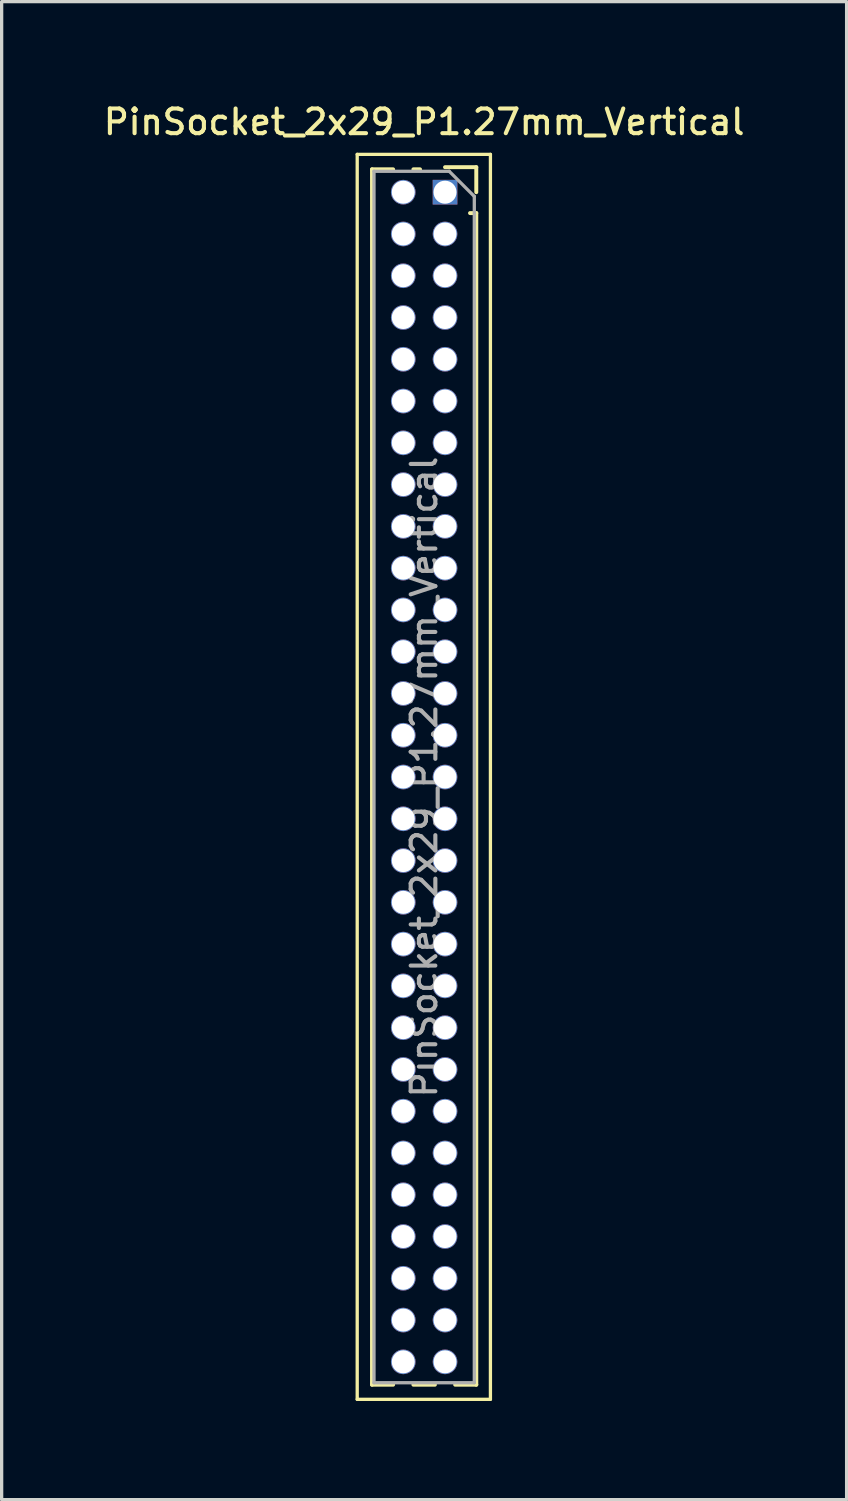
<source format=kicad_pcb>
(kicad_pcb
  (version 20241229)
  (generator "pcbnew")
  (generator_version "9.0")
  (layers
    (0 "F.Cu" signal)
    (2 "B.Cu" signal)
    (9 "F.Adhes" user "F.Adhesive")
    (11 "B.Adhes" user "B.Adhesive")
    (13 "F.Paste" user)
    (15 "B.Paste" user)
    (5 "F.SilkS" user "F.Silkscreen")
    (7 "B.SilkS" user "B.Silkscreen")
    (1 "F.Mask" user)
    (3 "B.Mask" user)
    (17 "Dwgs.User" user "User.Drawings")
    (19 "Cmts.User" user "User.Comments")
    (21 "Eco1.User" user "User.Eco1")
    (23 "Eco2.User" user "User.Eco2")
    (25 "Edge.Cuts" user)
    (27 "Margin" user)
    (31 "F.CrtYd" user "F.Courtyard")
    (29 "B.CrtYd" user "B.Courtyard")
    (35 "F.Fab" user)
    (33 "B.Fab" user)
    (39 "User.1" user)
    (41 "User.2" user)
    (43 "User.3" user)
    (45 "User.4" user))
  (footprint "PinSocket_2x29_P1.27mm_Vertical"
    (layer "F.Cu")
    (at 10.48 2.793)
    (property "Reference" "PinSocket_2x29_P1.27mm_Vertical" (at -0.635 -2.135 0) (layer "F.SilkS") (effects (font (size 0.75 0.75) (thickness 0.125))))
    (attr through_hole)
    (fp_line (start -2.67 -1.15) (end 1.38 -1.15) (stroke (width 0.1) (type solid)) (layer "F.SilkS"))
    (fp_line (start -2.67 36.7) (end -2.67 -1.15) (stroke (width 0.1) (type solid)) (layer "F.SilkS"))
    (fp_line (start -2.22 -0.695) (end -2.22 36.255) (stroke (width 0.12) (type solid)) (layer "F.SilkS"))
    (fp_line (start -2.22 -0.695) (end -1.578 -0.695) (stroke (width 0.12) (type solid)) (layer "F.SilkS"))
    (fp_line (start -2.22 36.255) (end -1.578 36.255) (stroke (width 0.12) (type solid)) (layer "F.SilkS"))
    (fp_line (start -0.962 -0.695) (end -0.76 -0.695) (stroke (width 0.12) (type solid)) (layer "F.SilkS"))
    (fp_line (start -0.962 36.255) (end -0.308 36.255) (stroke (width 0.12) (type solid)) (layer "F.SilkS"))
    (fp_line (start 0 -0.76) (end 0.95 -0.76) (stroke (width 0.12) (type solid)) (layer "F.SilkS"))
    (fp_line (start 0.308 36.255) (end 0.95 36.255) (stroke (width 0.12) (type solid)) (layer "F.SilkS"))
    (fp_line (start 0.76 0.635) (end 0.95 0.635) (stroke (width 0.12) (type solid)) (layer "F.SilkS"))
    (fp_line (start 0.95 -0.76) (end 0.95 0) (stroke (width 0.12) (type solid)) (layer "F.SilkS"))
    (fp_line (start 0.95 0.635) (end 0.95 36.255) (stroke (width 0.12) (type solid)) (layer "F.SilkS"))
    (fp_line (start 1.38 -1.15) (end 1.38 36.7) (stroke (width 0.1) (type solid)) (layer "F.SilkS"))
    (fp_line (start 1.38 36.7) (end -2.67 36.7) (stroke (width 0.1) (type solid)) (layer "F.SilkS"))
    (fp_line (start -2.16 -0.635) (end 0.128 -0.635) (stroke (width 0.1) (type solid)) (layer "F.Fab"))
    (fp_line (start -2.16 36.195) (end -2.16 -0.635) (stroke (width 0.1) (type solid)) (layer "F.Fab"))
    (fp_line (start 0.128 -0.635) (end 0.89 0.128) (stroke (width 0.1) (type solid)) (layer "F.Fab"))
    (fp_line (start 0.89 0.128) (end 0.89 36.195) (stroke (width 0.1) (type solid)) (layer "F.Fab"))
    (fp_line (start 0.89 36.195) (end -2.16 36.195) (stroke (width 0.1) (type solid)) (layer "F.Fab"))
    (fp_text user "${REFERENCE}" (at -0.635 17.78 90) (layer "F.Fab") (effects (font (size 0.75 0.75) (thickness 0.125))))
    (pad "1" thru_hole rect (at 0 0) (size 0.75 0.75) (drill 0.7) (layers "*.Cu" "*.Mask"))
    (pad "2" thru_hole oval (at -1.27 0) (size 0.75 0.75) (drill 0.7) (layers "*.Cu" "*.Mask"))
    (pad "3" thru_hole oval (at 0 1.27) (size 0.75 0.75) (drill 0.7) (layers "*.Cu" "*.Mask"))
    (pad "4" thru_hole oval (at -1.27 1.27) (size 0.75 0.75) (drill 0.7) (layers "*.Cu" "*.Mask"))
    (pad "5" thru_hole oval (at 0 2.54) (size 0.75 0.75) (drill 0.7) (layers "*.Cu" "*.Mask"))
    (pad "6" thru_hole oval (at -1.27 2.54) (size 0.75 0.75) (drill 0.7) (layers "*.Cu" "*.Mask"))
    (pad "7" thru_hole oval (at 0 3.81) (size 0.75 0.75) (drill 0.7) (layers "*.Cu" "*.Mask"))
    (pad "8" thru_hole oval (at -1.27 3.81) (size 0.75 0.75) (drill 0.7) (layers "*.Cu" "*.Mask"))
    (pad "9" thru_hole oval (at 0 5.08) (size 0.75 0.75) (drill 0.7) (layers "*.Cu" "*.Mask"))
    (pad "10" thru_hole oval (at -1.27 5.08) (size 0.75 0.75) (drill 0.7) (layers "*.Cu" "*.Mask"))
    (pad "11" thru_hole oval (at 0 6.35) (size 0.75 0.75) (drill 0.7) (layers "*.Cu" "*.Mask"))
    (pad "12" thru_hole oval (at -1.27 6.35) (size 0.75 0.75) (drill 0.7) (layers "*.Cu" "*.Mask"))
    (pad "13" thru_hole oval (at 0 7.62) (size 0.75 0.75) (drill 0.7) (layers "*.Cu" "*.Mask"))
    (pad "14" thru_hole oval (at -1.27 7.62) (size 0.75 0.75) (drill 0.7) (layers "*.Cu" "*.Mask"))
    (pad "15" thru_hole oval (at 0 8.89) (size 0.75 0.75) (drill 0.7) (layers "*.Cu" "*.Mask"))
    (pad "16" thru_hole oval (at -1.27 8.89) (size 0.75 0.75) (drill 0.7) (layers "*.Cu" "*.Mask"))
    (pad "17" thru_hole oval (at 0 10.16) (size 0.75 0.75) (drill 0.7) (layers "*.Cu" "*.Mask"))
    (pad "18" thru_hole oval (at -1.27 10.16) (size 0.75 0.75) (drill 0.7) (layers "*.Cu" "*.Mask"))
    (pad "19" thru_hole oval (at 0 11.43) (size 0.75 0.75) (drill 0.7) (layers "*.Cu" "*.Mask"))
    (pad "20" thru_hole oval (at -1.27 11.43) (size 0.75 0.75) (drill 0.7) (layers "*.Cu" "*.Mask"))
    (pad "21" thru_hole oval (at 0 12.7) (size 0.75 0.75) (drill 0.7) (layers "*.Cu" "*.Mask"))
    (pad "22" thru_hole oval (at -1.27 12.7) (size 0.75 0.75) (drill 0.7) (layers "*.Cu" "*.Mask"))
    (pad "23" thru_hole oval (at 0 13.97) (size 0.75 0.75) (drill 0.7) (layers "*.Cu" "*.Mask"))
    (pad "24" thru_hole oval (at -1.27 13.97) (size 0.75 0.75) (drill 0.7) (layers "*.Cu" "*.Mask"))
    (pad "25" thru_hole oval (at 0 15.24) (size 0.75 0.75) (drill 0.7) (layers "*.Cu" "*.Mask"))
    (pad "26" thru_hole oval (at -1.27 15.24) (size 0.75 0.75) (drill 0.7) (layers "*.Cu" "*.Mask"))
    (pad "27" thru_hole oval (at 0 16.51) (size 0.75 0.75) (drill 0.7) (layers "*.Cu" "*.Mask"))
    (pad "28" thru_hole oval (at -1.27 16.51) (size 0.75 0.75) (drill 0.7) (layers "*.Cu" "*.Mask"))
    (pad "29" thru_hole oval (at 0 17.78) (size 0.75 0.75) (drill 0.7) (layers "*.Cu" "*.Mask"))
    (pad "30" thru_hole oval (at -1.27 17.78) (size 0.75 0.75) (drill 0.7) (layers "*.Cu" "*.Mask"))
    (pad "31" thru_hole oval (at 0 19.05) (size 0.75 0.75) (drill 0.7) (layers "*.Cu" "*.Mask"))
    (pad "32" thru_hole oval (at -1.27 19.05) (size 0.75 0.75) (drill 0.7) (layers "*.Cu" "*.Mask"))
    (pad "33" thru_hole oval (at 0 20.32) (size 0.75 0.75) (drill 0.7) (layers "*.Cu" "*.Mask"))
    (pad "34" thru_hole oval (at -1.27 20.32) (size 0.75 0.75) (drill 0.7) (layers "*.Cu" "*.Mask"))
    (pad "35" thru_hole oval (at 0 21.59) (size 0.75 0.75) (drill 0.7) (layers "*.Cu" "*.Mask"))
    (pad "36" thru_hole oval (at -1.27 21.59) (size 0.75 0.75) (drill 0.7) (layers "*.Cu" "*.Mask"))
    (pad "37" thru_hole oval (at 0 22.86) (size 0.75 0.75) (drill 0.7) (layers "*.Cu" "*.Mask"))
    (pad "38" thru_hole oval (at -1.27 22.86) (size 0.75 0.75) (drill 0.7) (layers "*.Cu" "*.Mask"))
    (pad "39" thru_hole oval (at 0 24.13) (size 0.75 0.75) (drill 0.7) (layers "*.Cu" "*.Mask"))
    (pad "40" thru_hole oval (at -1.27 24.13) (size 0.75 0.75) (drill 0.7) (layers "*.Cu" "*.Mask"))
    (pad "41" thru_hole oval (at 0 25.4) (size 0.75 0.75) (drill 0.7) (layers "*.Cu" "*.Mask"))
    (pad "42" thru_hole oval (at -1.27 25.4) (size 0.75 0.75) (drill 0.7) (layers "*.Cu" "*.Mask"))
    (pad "43" thru_hole oval (at 0 26.67) (size 0.75 0.75) (drill 0.7) (layers "*.Cu" "*.Mask"))
    (pad "44" thru_hole oval (at -1.27 26.67) (size 0.75 0.75) (drill 0.7) (layers "*.Cu" "*.Mask"))
    (pad "45" thru_hole oval (at 0 27.94) (size 0.75 0.75) (drill 0.7) (layers "*.Cu" "*.Mask"))
    (pad "46" thru_hole oval (at -1.27 27.94) (size 0.75 0.75) (drill 0.7) (layers "*.Cu" "*.Mask"))
    (pad "47" thru_hole oval (at 0 29.21) (size 0.75 0.75) (drill 0.7) (layers "*.Cu" "*.Mask"))
    (pad "48" thru_hole oval (at -1.27 29.21) (size 0.75 0.75) (drill 0.7) (layers "*.Cu" "*.Mask"))
    (pad "49" thru_hole oval (at 0 30.48) (size 0.75 0.75) (drill 0.7) (layers "*.Cu" "*.Mask"))
    (pad "50" thru_hole oval (at -1.27 30.48) (size 0.75 0.75) (drill 0.7) (layers "*.Cu" "*.Mask"))
    (pad "51" thru_hole oval (at 0 31.75) (size 0.75 0.75) (drill 0.7) (layers "*.Cu" "*.Mask"))
    (pad "52" thru_hole oval (at -1.27 31.75) (size 0.75 0.75) (drill 0.7) (layers "*.Cu" "*.Mask"))
    (pad "53" thru_hole oval (at 0 33.02) (size 0.75 0.75) (drill 0.7) (layers "*.Cu" "*.Mask"))
    (pad "54" thru_hole oval (at -1.27 33.02) (size 0.75 0.75) (drill 0.7) (layers "*.Cu" "*.Mask"))
    (pad "55" thru_hole oval (at 0 34.29) (size 0.75 0.75) (drill 0.7) (layers "*.Cu" "*.Mask"))
    (pad "56" thru_hole oval (at -1.27 34.29) (size 0.75 0.75) (drill 0.7) (layers "*.Cu" "*.Mask"))
    (pad "57" thru_hole oval (at 0 35.56) (size 0.75 0.75) (drill 0.7) (layers "*.Cu" "*.Mask"))
    (pad "58" thru_hole oval (at -1.27 35.56) (size 0.75 0.75) (drill 0.7) (layers "*.Cu" "*.Mask")))
  (gr_rect
    (start -3 -3)
    (end 22.689 42.543)
    (stroke (width 0.1) (type default))
    (fill no)
    (layer "Edge.Cuts")))
</source>
